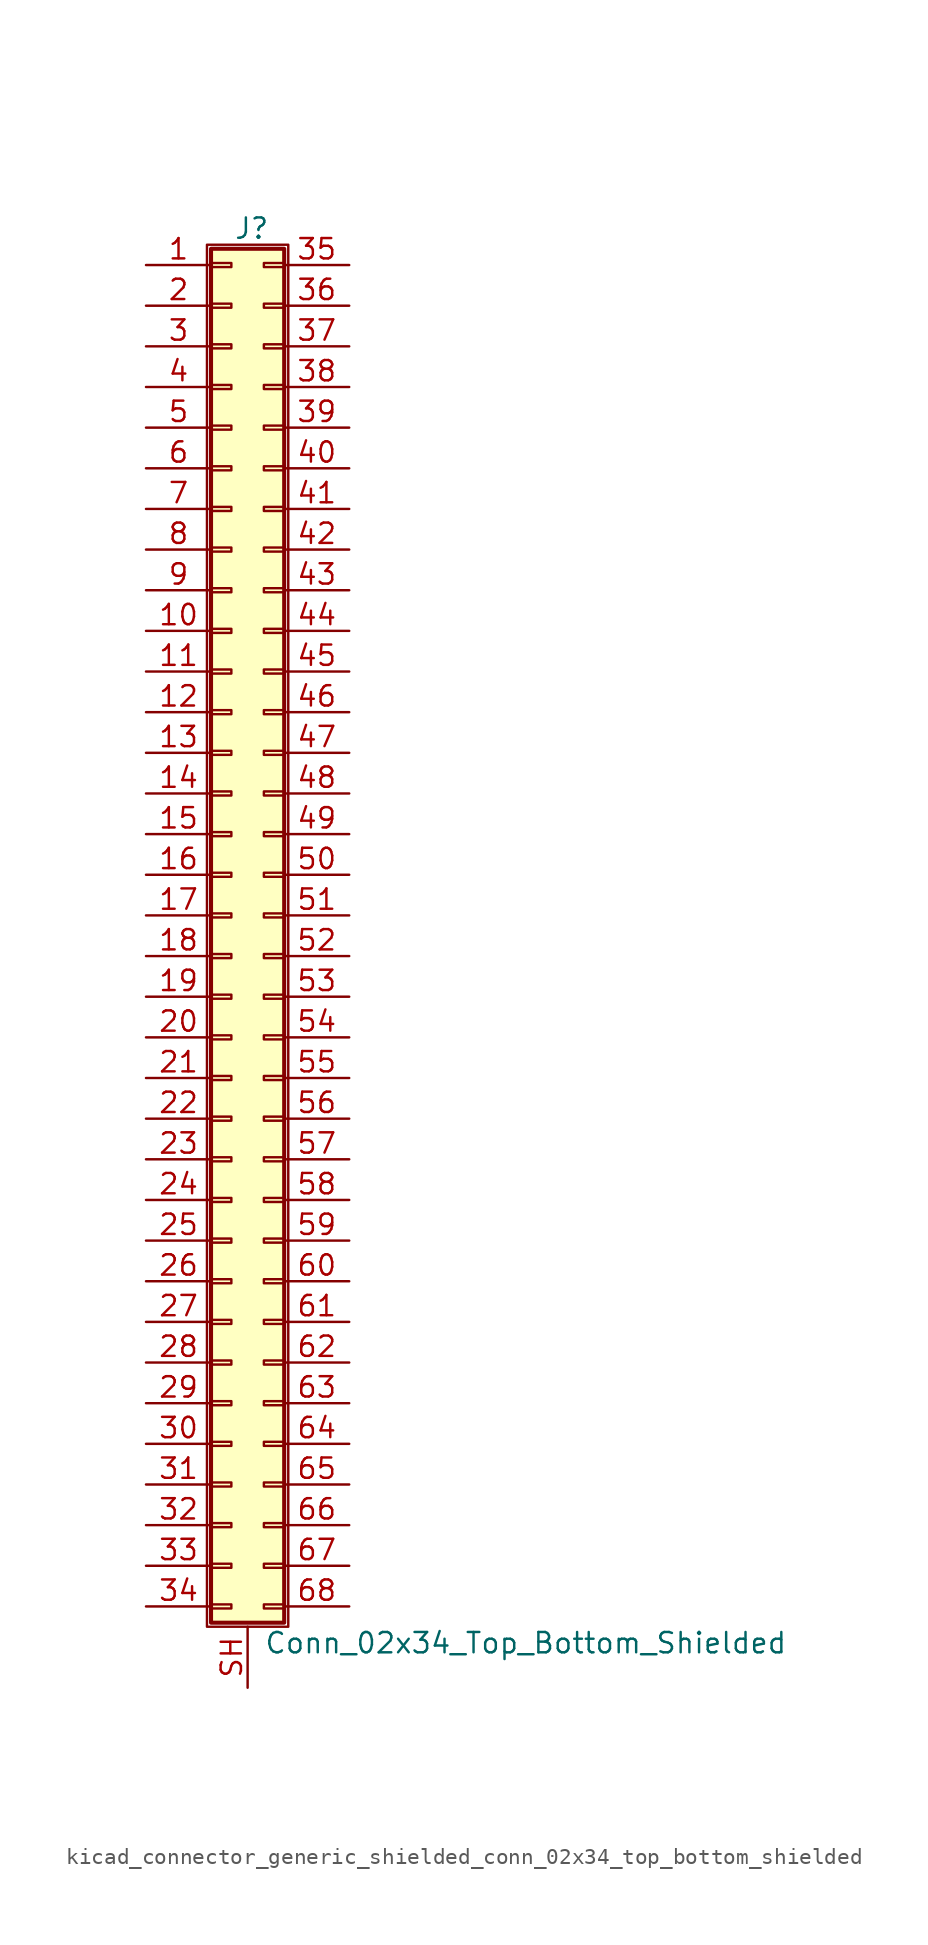
<source format=kicad_sym>
(kicad_symbol_lib
  (version 20220914)
  (generator kicad_symbol_editor)
  (symbol "kicad_connector_generic_shielded_conn_02x34_top_bottom_shielded"
    (pin_names
      (offset 1.016) hide)
    (property "Reference" "J"
      (at 1.524 42.926 0)
      (effects (font (size 1.27 1.27))))
    (property "Value" "Conn_02x34_Top_Bottom_Shielded"
      (at 2.286 -45.466 0)
      (effects (font (size 1.27 1.27)) (justify left)))
    (symbol "kicad_connector_generic_shielded_conn_02x34_top_bottom_shielded_1_1"
      (rectangle (start -1.27 41.91) (end 3.81 -44.45) (stroke (width 0.152) (type default)) (fill (type none)))
      (rectangle (start -1.016 -43.053) (end 0.254 -43.307) (stroke (width 0.152) (type default)) (fill (type none)))
      (rectangle (start -1.016 -40.513) (end 0.254 -40.767) (stroke (width 0.152) (type default)) (fill (type none)))
      (rectangle (start -1.016 -37.973) (end 0.254 -38.227) (stroke (width 0.152) (type default)) (fill (type none)))
      (rectangle (start -1.016 -35.433) (end 0.254 -35.687) (stroke (width 0.152) (type default)) (fill (type none)))
      (rectangle (start -1.016 -32.893) (end 0.254 -33.147) (stroke (width 0.152) (type default)) (fill (type none)))
      (rectangle (start -1.016 -30.353) (end 0.254 -30.607) (stroke (width 0.152) (type default)) (fill (type none)))
      (rectangle (start -1.016 -27.813) (end 0.254 -28.067) (stroke (width 0.152) (type default)) (fill (type none)))
      (rectangle (start -1.016 -25.273) (end 0.254 -25.527) (stroke (width 0.152) (type default)) (fill (type none)))
      (rectangle (start -1.016 -22.733) (end 0.254 -22.987) (stroke (width 0.152) (type default)) (fill (type none)))
      (rectangle (start -1.016 -20.193) (end 0.254 -20.447) (stroke (width 0.152) (type default)) (fill (type none)))
      (rectangle (start -1.016 -17.653) (end 0.254 -17.907) (stroke (width 0.152) (type default)) (fill (type none)))
      (rectangle (start -1.016 -15.113) (end 0.254 -15.367) (stroke (width 0.152) (type default)) (fill (type none)))
      (rectangle (start -1.016 -12.573) (end 0.254 -12.827) (stroke (width 0.152) (type default)) (fill (type none)))
      (rectangle (start -1.016 -10.033) (end 0.254 -10.287) (stroke (width 0.152) (type default)) (fill (type none)))
      (rectangle (start -1.016 -7.493) (end 0.254 -7.747) (stroke (width 0.152) (type default)) (fill (type none)))
      (rectangle (start -1.016 -4.953) (end 0.254 -5.207) (stroke (width 0.152) (type default)) (fill (type none)))
      (rectangle (start -1.016 -2.413) (end 0.254 -2.667) (stroke (width 0.152) (type default)) (fill (type none)))
      (rectangle (start -1.016 0.127) (end 0.254 -0.127) (stroke (width 0.152) (type default)) (fill (type none)))
      (rectangle (start -1.016 2.667) (end 0.254 2.413) (stroke (width 0.152) (type default)) (fill (type none)))
      (rectangle (start -1.016 5.207) (end 0.254 4.953) (stroke (width 0.152) (type default)) (fill (type none)))
      (rectangle (start -1.016 7.747) (end 0.254 7.493) (stroke (width 0.152) (type default)) (fill (type none)))
      (rectangle (start -1.016 10.287) (end 0.254 10.033) (stroke (width 0.152) (type default)) (fill (type none)))
      (rectangle (start -1.016 12.827) (end 0.254 12.573) (stroke (width 0.152) (type default)) (fill (type none)))
      (rectangle (start -1.016 15.367) (end 0.254 15.113) (stroke (width 0.152) (type default)) (fill (type none)))
      (rectangle (start -1.016 17.907) (end 0.254 17.653) (stroke (width 0.152) (type default)) (fill (type none)))
      (rectangle (start -1.016 20.447) (end 0.254 20.193) (stroke (width 0.152) (type default)) (fill (type none)))
      (rectangle (start -1.016 22.987) (end 0.254 22.733) (stroke (width 0.152) (type default)) (fill (type none)))
      (rectangle (start -1.016 25.527) (end 0.254 25.273) (stroke (width 0.152) (type default)) (fill (type none)))
      (rectangle (start -1.016 28.067) (end 0.254 27.813) (stroke (width 0.152) (type default)) (fill (type none)))
      (rectangle (start -1.016 30.607) (end 0.254 30.353) (stroke (width 0.152) (type default)) (fill (type none)))
      (rectangle (start -1.016 33.147) (end 0.254 32.893) (stroke (width 0.152) (type default)) (fill (type none)))
      (rectangle (start -1.016 35.687) (end 0.254 35.433) (stroke (width 0.152) (type default)) (fill (type none)))
      (rectangle (start -1.016 38.227) (end 0.254 37.973) (stroke (width 0.152) (type default)) (fill (type none)))
      (rectangle (start -1.016 40.767) (end 0.254 40.513) (stroke (width 0.152) (type default)) (fill (type none)))
      (rectangle (start -1.016 41.656) (end 3.556 -44.196) (stroke (width 0.254) (type default)) (fill (type background)))
      (rectangle (start 3.556 -43.053) (end 2.286 -43.307) (stroke (width 0.152) (type default)) (fill (type none)))
      (rectangle (start 3.556 -40.513) (end 2.286 -40.767) (stroke (width 0.152) (type default)) (fill (type none)))
      (rectangle (start 3.556 -37.973) (end 2.286 -38.227) (stroke (width 0.152) (type default)) (fill (type none)))
      (rectangle (start 3.556 -35.433) (end 2.286 -35.687) (stroke (width 0.152) (type default)) (fill (type none)))
      (rectangle (start 3.556 -32.893) (end 2.286 -33.147) (stroke (width 0.152) (type default)) (fill (type none)))
      (rectangle (start 3.556 -30.353) (end 2.286 -30.607) (stroke (width 0.152) (type default)) (fill (type none)))
      (rectangle (start 3.556 -27.813) (end 2.286 -28.067) (stroke (width 0.152) (type default)) (fill (type none)))
      (rectangle (start 3.556 -25.273) (end 2.286 -25.527) (stroke (width 0.152) (type default)) (fill (type none)))
      (rectangle (start 3.556 -22.733) (end 2.286 -22.987) (stroke (width 0.152) (type default)) (fill (type none)))
      (rectangle (start 3.556 -20.193) (end 2.286 -20.447) (stroke (width 0.152) (type default)) (fill (type none)))
      (rectangle (start 3.556 -17.653) (end 2.286 -17.907) (stroke (width 0.152) (type default)) (fill (type none)))
      (rectangle (start 3.556 -15.113) (end 2.286 -15.367) (stroke (width 0.152) (type default)) (fill (type none)))
      (rectangle (start 3.556 -12.573) (end 2.286 -12.827) (stroke (width 0.152) (type default)) (fill (type none)))
      (rectangle (start 3.556 -10.033) (end 2.286 -10.287) (stroke (width 0.152) (type default)) (fill (type none)))
      (rectangle (start 3.556 -7.493) (end 2.286 -7.747) (stroke (width 0.152) (type default)) (fill (type none)))
      (rectangle (start 3.556 -4.953) (end 2.286 -5.207) (stroke (width 0.152) (type default)) (fill (type none)))
      (rectangle (start 3.556 -2.413) (end 2.286 -2.667) (stroke (width 0.152) (type default)) (fill (type none)))
      (rectangle (start 3.556 0.127) (end 2.286 -0.127) (stroke (width 0.152) (type default)) (fill (type none)))
      (rectangle (start 3.556 2.667) (end 2.286 2.413) (stroke (width 0.152) (type default)) (fill (type none)))
      (rectangle (start 3.556 5.207) (end 2.286 4.953) (stroke (width 0.152) (type default)) (fill (type none)))
      (rectangle (start 3.556 7.747) (end 2.286 7.493) (stroke (width 0.152) (type default)) (fill (type none)))
      (rectangle (start 3.556 10.287) (end 2.286 10.033) (stroke (width 0.152) (type default)) (fill (type none)))
      (rectangle (start 3.556 12.827) (end 2.286 12.573) (stroke (width 0.152) (type default)) (fill (type none)))
      (rectangle (start 3.556 15.367) (end 2.286 15.113) (stroke (width 0.152) (type default)) (fill (type none)))
      (rectangle (start 3.556 17.907) (end 2.286 17.653) (stroke (width 0.152) (type default)) (fill (type none)))
      (rectangle (start 3.556 20.447) (end 2.286 20.193) (stroke (width 0.152) (type default)) (fill (type none)))
      (rectangle (start 3.556 22.987) (end 2.286 22.733) (stroke (width 0.152) (type default)) (fill (type none)))
      (rectangle (start 3.556 25.527) (end 2.286 25.273) (stroke (width 0.152) (type default)) (fill (type none)))
      (rectangle (start 3.556 28.067) (end 2.286 27.813) (stroke (width 0.152) (type default)) (fill (type none)))
      (rectangle (start 3.556 30.607) (end 2.286 30.353) (stroke (width 0.152) (type default)) (fill (type none)))
      (rectangle (start 3.556 33.147) (end 2.286 32.893) (stroke (width 0.152) (type default)) (fill (type none)))
      (rectangle (start 3.556 35.687) (end 2.286 35.433) (stroke (width 0.152) (type default)) (fill (type none)))
      (rectangle (start 3.556 38.227) (end 2.286 37.973) (stroke (width 0.152) (type default)) (fill (type none)))
      (rectangle (start 3.556 40.767) (end 2.286 40.513) (stroke (width 0.152) (type default)) (fill (type none)))
      (pin passive line (at -5.08 40.64 0) (length 4.064) (name "Pin_1" (effects (font (size 1.27 1.27)))) (number "1" (effects (font (size 1.27 1.27)))))
      (pin passive line (at -5.08 17.78 0) (length 4.064) (name "Pin_10" (effects (font (size 1.27 1.27)))) (number "10" (effects (font (size 1.27 1.27)))))
      (pin passive line (at -5.08 15.24 0) (length 4.064) (name "Pin_11" (effects (font (size 1.27 1.27)))) (number "11" (effects (font (size 1.27 1.27)))))
      (pin passive line (at -5.08 12.7 0) (length 4.064) (name "Pin_12" (effects (font (size 1.27 1.27)))) (number "12" (effects (font (size 1.27 1.27)))))
      (pin passive line (at -5.08 10.16 0) (length 4.064) (name "Pin_13" (effects (font (size 1.27 1.27)))) (number "13" (effects (font (size 1.27 1.27)))))
      (pin passive line (at -5.08 7.62 0) (length 4.064) (name "Pin_14" (effects (font (size 1.27 1.27)))) (number "14" (effects (font (size 1.27 1.27)))))
      (pin passive line (at -5.08 5.08 0) (length 4.064) (name "Pin_15" (effects (font (size 1.27 1.27)))) (number "15" (effects (font (size 1.27 1.27)))))
      (pin passive line (at -5.08 2.54 0) (length 4.064) (name "Pin_16" (effects (font (size 1.27 1.27)))) (number "16" (effects (font (size 1.27 1.27)))))
      (pin passive line (at -5.08 0 0) (length 4.064) (name "Pin_17" (effects (font (size 1.27 1.27)))) (number "17" (effects (font (size 1.27 1.27)))))
      (pin passive line (at -5.08 -2.54 0) (length 4.064) (name "Pin_18" (effects (font (size 1.27 1.27)))) (number "18" (effects (font (size 1.27 1.27)))))
      (pin passive line (at -5.08 -5.08 0) (length 4.064) (name "Pin_19" (effects (font (size 1.27 1.27)))) (number "19" (effects (font (size 1.27 1.27)))))
      (pin passive line (at -5.08 38.1 0) (length 4.064) (name "Pin_2" (effects (font (size 1.27 1.27)))) (number "2" (effects (font (size 1.27 1.27)))))
      (pin passive line (at -5.08 -7.62 0) (length 4.064) (name "Pin_20" (effects (font (size 1.27 1.27)))) (number "20" (effects (font (size 1.27 1.27)))))
      (pin passive line (at -5.08 -10.16 0) (length 4.064) (name "Pin_21" (effects (font (size 1.27 1.27)))) (number "21" (effects (font (size 1.27 1.27)))))
      (pin passive line (at -5.08 -12.7 0) (length 4.064) (name "Pin_22" (effects (font (size 1.27 1.27)))) (number "22" (effects (font (size 1.27 1.27)))))
      (pin passive line (at -5.08 -15.24 0) (length 4.064) (name "Pin_23" (effects (font (size 1.27 1.27)))) (number "23" (effects (font (size 1.27 1.27)))))
      (pin passive line (at -5.08 -17.78 0) (length 4.064) (name "Pin_24" (effects (font (size 1.27 1.27)))) (number "24" (effects (font (size 1.27 1.27)))))
      (pin passive line (at -5.08 -20.32 0) (length 4.064) (name "Pin_25" (effects (font (size 1.27 1.27)))) (number "25" (effects (font (size 1.27 1.27)))))
      (pin passive line (at -5.08 -22.86 0) (length 4.064) (name "Pin_26" (effects (font (size 1.27 1.27)))) (number "26" (effects (font (size 1.27 1.27)))))
      (pin passive line (at -5.08 -25.4 0) (length 4.064) (name "Pin_27" (effects (font (size 1.27 1.27)))) (number "27" (effects (font (size 1.27 1.27)))))
      (pin passive line (at -5.08 -27.94 0) (length 4.064) (name "Pin_28" (effects (font (size 1.27 1.27)))) (number "28" (effects (font (size 1.27 1.27)))))
      (pin passive line (at -5.08 -30.48 0) (length 4.064) (name "Pin_29" (effects (font (size 1.27 1.27)))) (number "29" (effects (font (size 1.27 1.27)))))
      (pin passive line (at -5.08 35.56 0) (length 4.064) (name "Pin_3" (effects (font (size 1.27 1.27)))) (number "3" (effects (font (size 1.27 1.27)))))
      (pin passive line (at -5.08 -33.02 0) (length 4.064) (name "Pin_30" (effects (font (size 1.27 1.27)))) (number "30" (effects (font (size 1.27 1.27)))))
      (pin passive line (at -5.08 -35.56 0) (length 4.064) (name "Pin_31" (effects (font (size 1.27 1.27)))) (number "31" (effects (font (size 1.27 1.27)))))
      (pin passive line (at -5.08 -38.1 0) (length 4.064) (name "Pin_32" (effects (font (size 1.27 1.27)))) (number "32" (effects (font (size 1.27 1.27)))))
      (pin passive line (at -5.08 -40.64 0) (length 4.064) (name "Pin_33" (effects (font (size 1.27 1.27)))) (number "33" (effects (font (size 1.27 1.27)))))
      (pin passive line (at -5.08 -43.18 0) (length 4.064) (name "Pin_34" (effects (font (size 1.27 1.27)))) (number "34" (effects (font (size 1.27 1.27)))))
      (pin passive line (at 7.62 40.64 180) (length 4.064) (name "Pin_35" (effects (font (size 1.27 1.27)))) (number "35" (effects (font (size 1.27 1.27)))))
      (pin passive line (at 7.62 38.1 180) (length 4.064) (name "Pin_36" (effects (font (size 1.27 1.27)))) (number "36" (effects (font (size 1.27 1.27)))))
      (pin passive line (at 7.62 35.56 180) (length 4.064) (name "Pin_37" (effects (font (size 1.27 1.27)))) (number "37" (effects (font (size 1.27 1.27)))))
      (pin passive line (at 7.62 33.02 180) (length 4.064) (name "Pin_38" (effects (font (size 1.27 1.27)))) (number "38" (effects (font (size 1.27 1.27)))))
      (pin passive line (at 7.62 30.48 180) (length 4.064) (name "Pin_39" (effects (font (size 1.27 1.27)))) (number "39" (effects (font (size 1.27 1.27)))))
      (pin passive line (at -5.08 33.02 0) (length 4.064) (name "Pin_4" (effects (font (size 1.27 1.27)))) (number "4" (effects (font (size 1.27 1.27)))))
      (pin passive line (at 7.62 27.94 180) (length 4.064) (name "Pin_40" (effects (font (size 1.27 1.27)))) (number "40" (effects (font (size 1.27 1.27)))))
      (pin passive line (at 7.62 25.4 180) (length 4.064) (name "Pin_41" (effects (font (size 1.27 1.27)))) (number "41" (effects (font (size 1.27 1.27)))))
      (pin passive line (at 7.62 22.86 180) (length 4.064) (name "Pin_42" (effects (font (size 1.27 1.27)))) (number "42" (effects (font (size 1.27 1.27)))))
      (pin passive line (at 7.62 20.32 180) (length 4.064) (name "Pin_43" (effects (font (size 1.27 1.27)))) (number "43" (effects (font (size 1.27 1.27)))))
      (pin passive line (at 7.62 17.78 180) (length 4.064) (name "Pin_44" (effects (font (size 1.27 1.27)))) (number "44" (effects (font (size 1.27 1.27)))))
      (pin passive line (at 7.62 15.24 180) (length 4.064) (name "Pin_45" (effects (font (size 1.27 1.27)))) (number "45" (effects (font (size 1.27 1.27)))))
      (pin passive line (at 7.62 12.7 180) (length 4.064) (name "Pin_46" (effects (font (size 1.27 1.27)))) (number "46" (effects (font (size 1.27 1.27)))))
      (pin passive line (at 7.62 10.16 180) (length 4.064) (name "Pin_47" (effects (font (size 1.27 1.27)))) (number "47" (effects (font (size 1.27 1.27)))))
      (pin passive line (at 7.62 7.62 180) (length 4.064) (name "Pin_48" (effects (font (size 1.27 1.27)))) (number "48" (effects (font (size 1.27 1.27)))))
      (pin passive line (at 7.62 5.08 180) (length 4.064) (name "Pin_49" (effects (font (size 1.27 1.27)))) (number "49" (effects (font (size 1.27 1.27)))))
      (pin passive line (at -5.08 30.48 0) (length 4.064) (name "Pin_5" (effects (font (size 1.27 1.27)))) (number "5" (effects (font (size 1.27 1.27)))))
      (pin passive line (at 7.62 2.54 180) (length 4.064) (name "Pin_50" (effects (font (size 1.27 1.27)))) (number "50" (effects (font (size 1.27 1.27)))))
      (pin passive line (at 7.62 0 180) (length 4.064) (name "Pin_51" (effects (font (size 1.27 1.27)))) (number "51" (effects (font (size 1.27 1.27)))))
      (pin passive line (at 7.62 -2.54 180) (length 4.064) (name "Pin_52" (effects (font (size 1.27 1.27)))) (number "52" (effects (font (size 1.27 1.27)))))
      (pin passive line (at 7.62 -5.08 180) (length 4.064) (name "Pin_53" (effects (font (size 1.27 1.27)))) (number "53" (effects (font (size 1.27 1.27)))))
      (pin passive line (at 7.62 -7.62 180) (length 4.064) (name "Pin_54" (effects (font (size 1.27 1.27)))) (number "54" (effects (font (size 1.27 1.27)))))
      (pin passive line (at 7.62 -10.16 180) (length 4.064) (name "Pin_55" (effects (font (size 1.27 1.27)))) (number "55" (effects (font (size 1.27 1.27)))))
      (pin passive line (at 7.62 -12.7 180) (length 4.064) (name "Pin_56" (effects (font (size 1.27 1.27)))) (number "56" (effects (font (size 1.27 1.27)))))
      (pin passive line (at 7.62 -15.24 180) (length 4.064) (name "Pin_57" (effects (font (size 1.27 1.27)))) (number "57" (effects (font (size 1.27 1.27)))))
      (pin passive line (at 7.62 -17.78 180) (length 4.064) (name "Pin_58" (effects (font (size 1.27 1.27)))) (number "58" (effects (font (size 1.27 1.27)))))
      (pin passive line (at 7.62 -20.32 180) (length 4.064) (name "Pin_59" (effects (font (size 1.27 1.27)))) (number "59" (effects (font (size 1.27 1.27)))))
      (pin passive line (at -5.08 27.94 0) (length 4.064) (name "Pin_6" (effects (font (size 1.27 1.27)))) (number "6" (effects (font (size 1.27 1.27)))))
      (pin passive line (at 7.62 -22.86 180) (length 4.064) (name "Pin_60" (effects (font (size 1.27 1.27)))) (number "60" (effects (font (size 1.27 1.27)))))
      (pin passive line (at 7.62 -25.4 180) (length 4.064) (name "Pin_61" (effects (font (size 1.27 1.27)))) (number "61" (effects (font (size 1.27 1.27)))))
      (pin passive line (at 7.62 -27.94 180) (length 4.064) (name "Pin_62" (effects (font (size 1.27 1.27)))) (number "62" (effects (font (size 1.27 1.27)))))
      (pin passive line (at 7.62 -30.48 180) (length 4.064) (name "Pin_63" (effects (font (size 1.27 1.27)))) (number "63" (effects (font (size 1.27 1.27)))))
      (pin passive line (at 7.62 -33.02 180) (length 4.064) (name "Pin_64" (effects (font (size 1.27 1.27)))) (number "64" (effects (font (size 1.27 1.27)))))
      (pin passive line (at 7.62 -35.56 180) (length 4.064) (name "Pin_65" (effects (font (size 1.27 1.27)))) (number "65" (effects (font (size 1.27 1.27)))))
      (pin passive line (at 7.62 -38.1 180) (length 4.064) (name "Pin_66" (effects (font (size 1.27 1.27)))) (number "66" (effects (font (size 1.27 1.27)))))
      (pin passive line (at 7.62 -40.64 180) (length 4.064) (name "Pin_67" (effects (font (size 1.27 1.27)))) (number "67" (effects (font (size 1.27 1.27)))))
      (pin passive line (at 7.62 -43.18 180) (length 4.064) (name "Pin_68" (effects (font (size 1.27 1.27)))) (number "68" (effects (font (size 1.27 1.27)))))
      (pin passive line (at -5.08 25.4 0) (length 4.064) (name "Pin_7" (effects (font (size 1.27 1.27)))) (number "7" (effects (font (size 1.27 1.27)))))
      (pin passive line (at -5.08 22.86 0) (length 4.064) (name "Pin_8" (effects (font (size 1.27 1.27)))) (number "8" (effects (font (size 1.27 1.27)))))
      (pin passive line (at -5.08 20.32 0) (length 4.064) (name "Pin_9" (effects (font (size 1.27 1.27)))) (number "9" (effects (font (size 1.27 1.27)))))
      (pin passive line (at 1.27 -48.26 90) (length 3.81) (name "Shield" (effects (font (size 1.27 1.27)))) (number "SH" (effects (font (size 1.27 1.27))))))))
</source>
